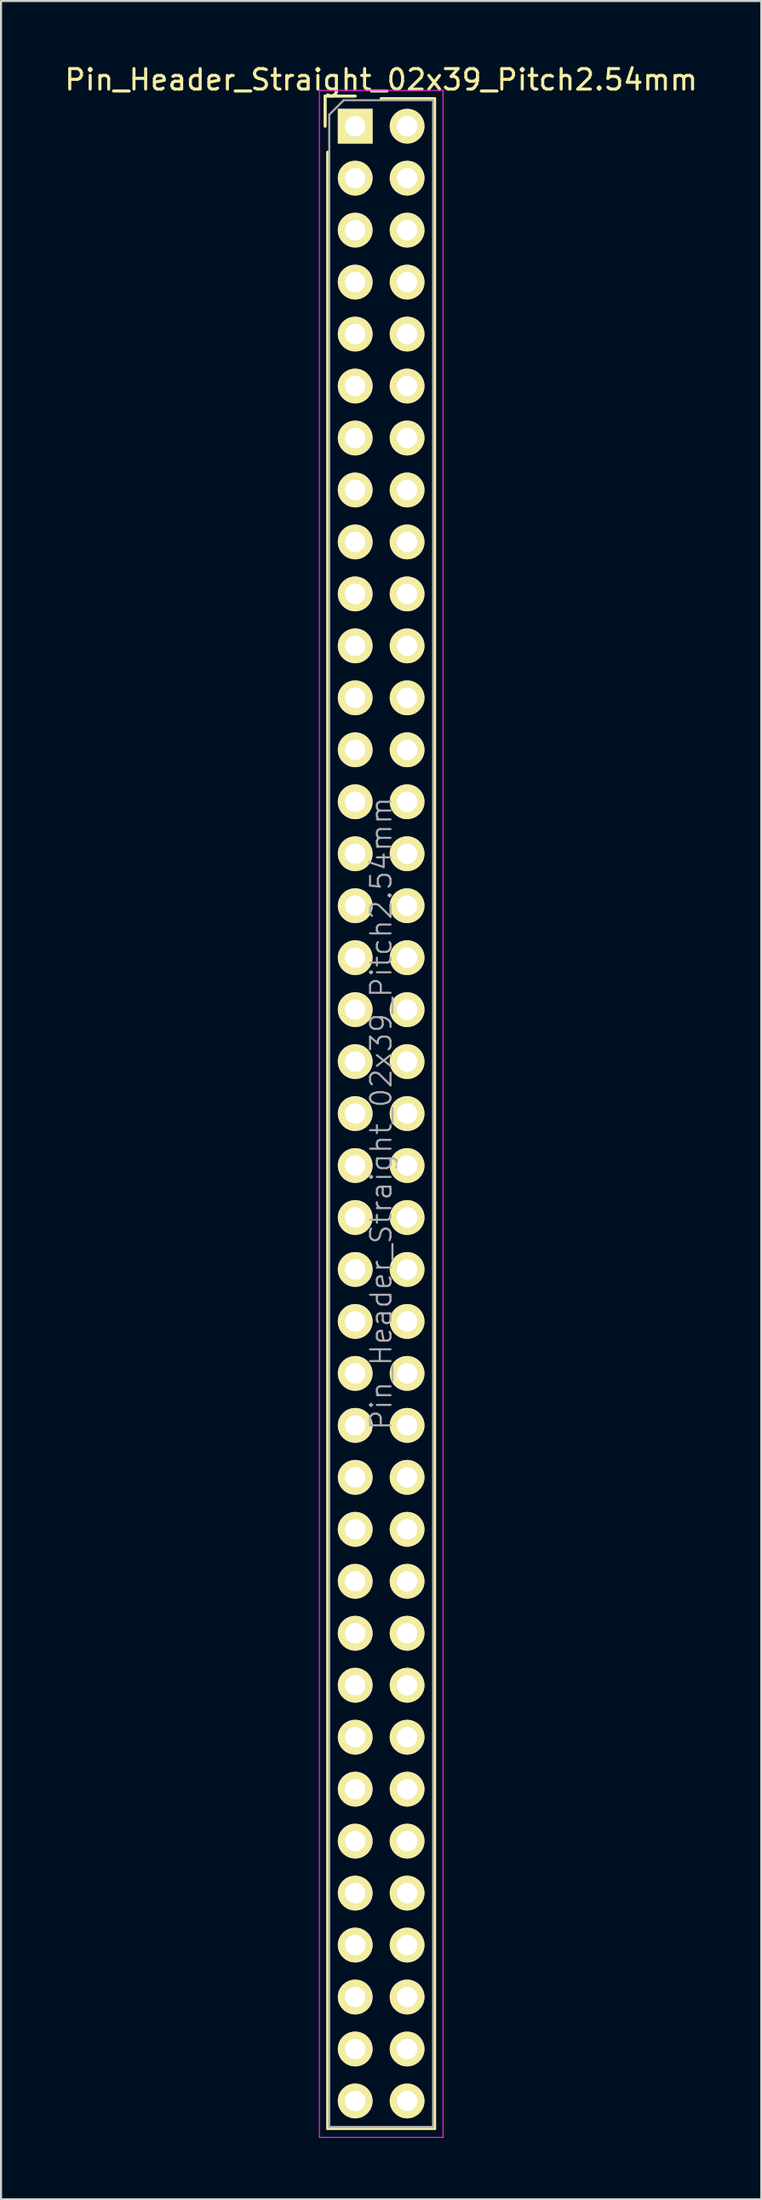
<source format=kicad_pcb>
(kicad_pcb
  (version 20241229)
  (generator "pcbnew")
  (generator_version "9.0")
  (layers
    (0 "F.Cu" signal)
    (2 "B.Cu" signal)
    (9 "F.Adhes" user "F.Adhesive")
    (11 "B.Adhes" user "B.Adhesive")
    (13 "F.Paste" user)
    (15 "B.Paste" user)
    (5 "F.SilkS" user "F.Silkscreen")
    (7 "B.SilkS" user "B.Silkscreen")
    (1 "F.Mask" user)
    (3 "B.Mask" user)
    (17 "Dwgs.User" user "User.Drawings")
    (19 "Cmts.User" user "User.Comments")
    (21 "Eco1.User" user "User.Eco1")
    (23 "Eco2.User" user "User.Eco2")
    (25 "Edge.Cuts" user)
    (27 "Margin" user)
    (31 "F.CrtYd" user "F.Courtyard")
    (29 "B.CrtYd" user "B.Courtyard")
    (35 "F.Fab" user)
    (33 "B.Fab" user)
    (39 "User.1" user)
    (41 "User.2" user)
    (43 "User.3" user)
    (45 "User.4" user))
  (footprint "Pin_Header_Straight_02x39_Pitch2.54mm"
    (layer "F.Cu")
    (at 14.331 3.118)
    (property "Reference" "Pin_Header_Straight_02x39_Pitch2.54mm" (at 1.27 -2.27 0) (layer "F.SilkS") (effects (font (size 1 1) (thickness 0.15))))
    (attr smd)
    (fp_line (start -1.47 -1.47) (end -1.47 0) (stroke (width 0.15) (type solid)) (layer "F.SilkS"))
    (fp_line (start -1.47 -1.47) (end 0 -1.47) (stroke (width 0.15) (type solid)) (layer "F.SilkS"))
    (fp_line (start -1.345 1.27) (end -1.345 97.865) (stroke (width 0.15) (type solid)) (layer "F.SilkS"))
    (fp_line (start -1.345 97.865) (end 3.885 97.865) (stroke (width 0.15) (type solid)) (layer "F.SilkS"))
    (fp_line (start 1.27 -1.345) (end 3.885 -1.345) (stroke (width 0.15) (type solid)) (layer "F.SilkS"))
    (fp_line (start 3.885 -1.345) (end 3.885 97.865) (stroke (width 0.15) (type solid)) (layer "F.SilkS"))
    (fp_line (start -1.75 -1.75) (end -1.75 98.3) (stroke (width 0.05) (type solid)) (layer "F.CrtYd"))
    (fp_line (start 4.3 -1.75) (end -1.75 -1.75) (stroke (width 0.05) (type solid)) (layer "F.CrtYd"))
    (fp_line (start 4.3 -1.75) (end 4.3 98.3) (stroke (width 0.05) (type solid)) (layer "F.CrtYd"))
    (fp_line (start 4.3 98.3) (end -1.75 98.3) (stroke (width 0.05) (type solid)) (layer "F.CrtYd"))
    (fp_line (start -1.27 -0.563) (end -0.563 -1.27) (stroke (width 0.1) (type solid)) (layer "F.Fab"))
    (fp_line (start -1.27 97.79) (end -1.27 -0.563) (stroke (width 0.1) (type solid)) (layer "F.Fab"))
    (fp_line (start 3.81 -1.27) (end -0.563 -1.27) (stroke (width 0.1) (type solid)) (layer "F.Fab"))
    (fp_line (start 3.81 97.79) (end -1.27 97.79) (stroke (width 0.1) (type solid)) (layer "F.Fab"))
    (fp_line (start 3.81 97.79) (end 3.81 -1.27) (stroke (width 0.1) (type solid)) (layer "F.Fab"))
    (fp_text user "${REFERENCE}" (at 1.27 48.26 90) (layer "F.Fab") (effects (font (size 1 1) (thickness 0.1))))
    (pad "1" thru_hole rect (at 0 0) (size 1.7 1.7) (drill 1) (layers "*.Cu" "*.Mask" "F.SilkS"))
    (pad "2" thru_hole oval (at 2.54 0) (size 1.7 1.7) (drill 1) (layers "*.Cu" "*.Mask" "F.SilkS"))
    (pad "3" thru_hole oval (at 0 2.54) (size 1.7 1.7) (drill 1) (layers "*.Cu" "*.Mask" "F.SilkS"))
    (pad "4" thru_hole oval (at 2.54 2.54) (size 1.7 1.7) (drill 1) (layers "*.Cu" "*.Mask" "F.SilkS"))
    (pad "5" thru_hole oval (at 0 5.08) (size 1.7 1.7) (drill 1) (layers "*.Cu" "*.Mask" "F.SilkS"))
    (pad "6" thru_hole oval (at 2.54 5.08) (size 1.7 1.7) (drill 1) (layers "*.Cu" "*.Mask" "F.SilkS"))
    (pad "7" thru_hole oval (at 0 7.62) (size 1.7 1.7) (drill 1) (layers "*.Cu" "*.Mask" "F.SilkS"))
    (pad "8" thru_hole oval (at 2.54 7.62) (size 1.7 1.7) (drill 1) (layers "*.Cu" "*.Mask" "F.SilkS"))
    (pad "9" thru_hole oval (at 0 10.16) (size 1.7 1.7) (drill 1) (layers "*.Cu" "*.Mask" "F.SilkS"))
    (pad "10" thru_hole oval (at 2.54 10.16) (size 1.7 1.7) (drill 1) (layers "*.Cu" "*.Mask" "F.SilkS"))
    (pad "11" thru_hole oval (at 0 12.7) (size 1.7 1.7) (drill 1) (layers "*.Cu" "*.Mask" "F.SilkS"))
    (pad "12" thru_hole oval (at 2.54 12.7) (size 1.7 1.7) (drill 1) (layers "*.Cu" "*.Mask" "F.SilkS"))
    (pad "13" thru_hole oval (at 0 15.24) (size 1.7 1.7) (drill 1) (layers "*.Cu" "*.Mask" "F.SilkS"))
    (pad "14" thru_hole oval (at 2.54 15.24) (size 1.7 1.7) (drill 1) (layers "*.Cu" "*.Mask" "F.SilkS"))
    (pad "15" thru_hole oval (at 0 17.78) (size 1.7 1.7) (drill 1) (layers "*.Cu" "*.Mask" "F.SilkS"))
    (pad "16" thru_hole oval (at 2.54 17.78) (size 1.7 1.7) (drill 1) (layers "*.Cu" "*.Mask" "F.SilkS"))
    (pad "17" thru_hole oval (at 0 20.32) (size 1.7 1.7) (drill 1) (layers "*.Cu" "*.Mask" "F.SilkS"))
    (pad "18" thru_hole oval (at 2.54 20.32) (size 1.7 1.7) (drill 1) (layers "*.Cu" "*.Mask" "F.SilkS"))
    (pad "19" thru_hole oval (at 0 22.86) (size 1.7 1.7) (drill 1) (layers "*.Cu" "*.Mask" "F.SilkS"))
    (pad "20" thru_hole oval (at 2.54 22.86) (size 1.7 1.7) (drill 1) (layers "*.Cu" "*.Mask" "F.SilkS"))
    (pad "21" thru_hole oval (at 0 25.4) (size 1.7 1.7) (drill 1) (layers "*.Cu" "*.Mask" "F.SilkS"))
    (pad "22" thru_hole oval (at 2.54 25.4) (size 1.7 1.7) (drill 1) (layers "*.Cu" "*.Mask" "F.SilkS"))
    (pad "23" thru_hole oval (at 0 27.94) (size 1.7 1.7) (drill 1) (layers "*.Cu" "*.Mask" "F.SilkS"))
    (pad "24" thru_hole oval (at 2.54 27.94) (size 1.7 1.7) (drill 1) (layers "*.Cu" "*.Mask" "F.SilkS"))
    (pad "25" thru_hole oval (at 0 30.48) (size 1.7 1.7) (drill 1) (layers "*.Cu" "*.Mask" "F.SilkS"))
    (pad "26" thru_hole oval (at 2.54 30.48) (size 1.7 1.7) (drill 1) (layers "*.Cu" "*.Mask" "F.SilkS"))
    (pad "27" thru_hole oval (at 0 33.02) (size 1.7 1.7) (drill 1) (layers "*.Cu" "*.Mask" "F.SilkS"))
    (pad "28" thru_hole oval (at 2.54 33.02) (size 1.7 1.7) (drill 1) (layers "*.Cu" "*.Mask" "F.SilkS"))
    (pad "29" thru_hole oval (at 0 35.56) (size 1.7 1.7) (drill 1) (layers "*.Cu" "*.Mask" "F.SilkS"))
    (pad "30" thru_hole oval (at 2.54 35.56) (size 1.7 1.7) (drill 1) (layers "*.Cu" "*.Mask" "F.SilkS"))
    (pad "31" thru_hole oval (at 0 38.1) (size 1.7 1.7) (drill 1) (layers "*.Cu" "*.Mask" "F.SilkS"))
    (pad "32" thru_hole oval (at 2.54 38.1) (size 1.7 1.7) (drill 1) (layers "*.Cu" "*.Mask" "F.SilkS"))
    (pad "33" thru_hole oval (at 0 40.64) (size 1.7 1.7) (drill 1) (layers "*.Cu" "*.Mask" "F.SilkS"))
    (pad "34" thru_hole oval (at 2.54 40.64) (size 1.7 1.7) (drill 1) (layers "*.Cu" "*.Mask" "F.SilkS"))
    (pad "35" thru_hole oval (at 0 43.18) (size 1.7 1.7) (drill 1) (layers "*.Cu" "*.Mask" "F.SilkS"))
    (pad "36" thru_hole oval (at 2.54 43.18) (size 1.7 1.7) (drill 1) (layers "*.Cu" "*.Mask" "F.SilkS"))
    (pad "37" thru_hole oval (at 0 45.72) (size 1.7 1.7) (drill 1) (layers "*.Cu" "*.Mask" "F.SilkS"))
    (pad "38" thru_hole oval (at 2.54 45.72) (size 1.7 1.7) (drill 1) (layers "*.Cu" "*.Mask" "F.SilkS"))
    (pad "39" thru_hole oval (at 0 48.26) (size 1.7 1.7) (drill 1) (layers "*.Cu" "*.Mask" "F.SilkS"))
    (pad "40" thru_hole oval (at 2.54 48.26) (size 1.7 1.7) (drill 1) (layers "*.Cu" "*.Mask" "F.SilkS"))
    (pad "41" thru_hole oval (at 0 50.8) (size 1.7 1.7) (drill 1) (layers "*.Cu" "*.Mask" "F.SilkS"))
    (pad "42" thru_hole oval (at 2.54 50.8) (size 1.7 1.7) (drill 1) (layers "*.Cu" "*.Mask" "F.SilkS"))
    (pad "43" thru_hole oval (at 0 53.34) (size 1.7 1.7) (drill 1) (layers "*.Cu" "*.Mask" "F.SilkS"))
    (pad "44" thru_hole oval (at 2.54 53.34) (size 1.7 1.7) (drill 1) (layers "*.Cu" "*.Mask" "F.SilkS"))
    (pad "45" thru_hole oval (at 0 55.88) (size 1.7 1.7) (drill 1) (layers "*.Cu" "*.Mask" "F.SilkS"))
    (pad "46" thru_hole oval (at 2.54 55.88) (size 1.7 1.7) (drill 1) (layers "*.Cu" "*.Mask" "F.SilkS"))
    (pad "47" thru_hole oval (at 0 58.42) (size 1.7 1.7) (drill 1) (layers "*.Cu" "*.Mask" "F.SilkS"))
    (pad "48" thru_hole oval (at 2.54 58.42) (size 1.7 1.7) (drill 1) (layers "*.Cu" "*.Mask" "F.SilkS"))
    (pad "49" thru_hole oval (at 0 60.96) (size 1.7 1.7) (drill 1) (layers "*.Cu" "*.Mask" "F.SilkS"))
    (pad "50" thru_hole oval (at 2.54 60.96) (size 1.7 1.7) (drill 1) (layers "*.Cu" "*.Mask" "F.SilkS"))
    (pad "51" thru_hole oval (at 0 63.5) (size 1.7 1.7) (drill 1) (layers "*.Cu" "*.Mask" "F.SilkS"))
    (pad "52" thru_hole oval (at 2.54 63.5) (size 1.7 1.7) (drill 1) (layers "*.Cu" "*.Mask" "F.SilkS"))
    (pad "53" thru_hole oval (at 0 66.04) (size 1.7 1.7) (drill 1) (layers "*.Cu" "*.Mask" "F.SilkS"))
    (pad "54" thru_hole oval (at 2.54 66.04) (size 1.7 1.7) (drill 1) (layers "*.Cu" "*.Mask" "F.SilkS"))
    (pad "55" thru_hole oval (at 0 68.58) (size 1.7 1.7) (drill 1) (layers "*.Cu" "*.Mask" "F.SilkS"))
    (pad "56" thru_hole oval (at 2.54 68.58) (size 1.7 1.7) (drill 1) (layers "*.Cu" "*.Mask" "F.SilkS"))
    (pad "57" thru_hole oval (at 0 71.12) (size 1.7 1.7) (drill 1) (layers "*.Cu" "*.Mask" "F.SilkS"))
    (pad "58" thru_hole oval (at 2.54 71.12) (size 1.7 1.7) (drill 1) (layers "*.Cu" "*.Mask" "F.SilkS"))
    (pad "59" thru_hole oval (at 0 73.66) (size 1.7 1.7) (drill 1) (layers "*.Cu" "*.Mask" "F.SilkS"))
    (pad "60" thru_hole oval (at 2.54 73.66) (size 1.7 1.7) (drill 1) (layers "*.Cu" "*.Mask" "F.SilkS"))
    (pad "61" thru_hole oval (at 0 76.2) (size 1.7 1.7) (drill 1) (layers "*.Cu" "*.Mask" "F.SilkS"))
    (pad "62" thru_hole oval (at 2.54 76.2) (size 1.7 1.7) (drill 1) (layers "*.Cu" "*.Mask" "F.SilkS"))
    (pad "63" thru_hole oval (at 0 78.74) (size 1.7 1.7) (drill 1) (layers "*.Cu" "*.Mask" "F.SilkS"))
    (pad "64" thru_hole oval (at 2.54 78.74) (size 1.7 1.7) (drill 1) (layers "*.Cu" "*.Mask" "F.SilkS"))
    (pad "65" thru_hole oval (at 0 81.28) (size 1.7 1.7) (drill 1) (layers "*.Cu" "*.Mask" "F.SilkS"))
    (pad "66" thru_hole oval (at 2.54 81.28) (size 1.7 1.7) (drill 1) (layers "*.Cu" "*.Mask" "F.SilkS"))
    (pad "67" thru_hole oval (at 0 83.82) (size 1.7 1.7) (drill 1) (layers "*.Cu" "*.Mask" "F.SilkS"))
    (pad "68" thru_hole oval (at 2.54 83.82) (size 1.7 1.7) (drill 1) (layers "*.Cu" "*.Mask" "F.SilkS"))
    (pad "69" thru_hole oval (at 0 86.36) (size 1.7 1.7) (drill 1) (layers "*.Cu" "*.Mask" "F.SilkS"))
    (pad "70" thru_hole oval (at 2.54 86.36) (size 1.7 1.7) (drill 1) (layers "*.Cu" "*.Mask" "F.SilkS"))
    (pad "71" thru_hole oval (at 0 88.9) (size 1.7 1.7) (drill 1) (layers "*.Cu" "*.Mask" "F.SilkS"))
    (pad "72" thru_hole oval (at 2.54 88.9) (size 1.7 1.7) (drill 1) (layers "*.Cu" "*.Mask" "F.SilkS"))
    (pad "73" thru_hole oval (at 0 91.44) (size 1.7 1.7) (drill 1) (layers "*.Cu" "*.Mask" "F.SilkS"))
    (pad "74" thru_hole oval (at 2.54 91.44) (size 1.7 1.7) (drill 1) (layers "*.Cu" "*.Mask" "F.SilkS"))
    (pad "75" thru_hole oval (at 0 93.98) (size 1.7 1.7) (drill 1) (layers "*.Cu" "*.Mask" "F.SilkS"))
    (pad "76" thru_hole oval (at 2.54 93.98) (size 1.7 1.7) (drill 1) (layers "*.Cu" "*.Mask" "F.SilkS"))
    (pad "77" thru_hole oval (at 0 96.52) (size 1.7 1.7) (drill 1) (layers "*.Cu" "*.Mask" "F.SilkS"))
    (pad "78" thru_hole oval (at 2.54 96.52) (size 1.7 1.7) (drill 1) (layers "*.Cu" "*.Mask" "F.SilkS")))
  (gr_rect
    (start -3 -3)
    (end 34.202 104.443)
    (stroke (width 0.1) (type default))
    (fill no)
    (layer "Edge.Cuts")))
</source>
